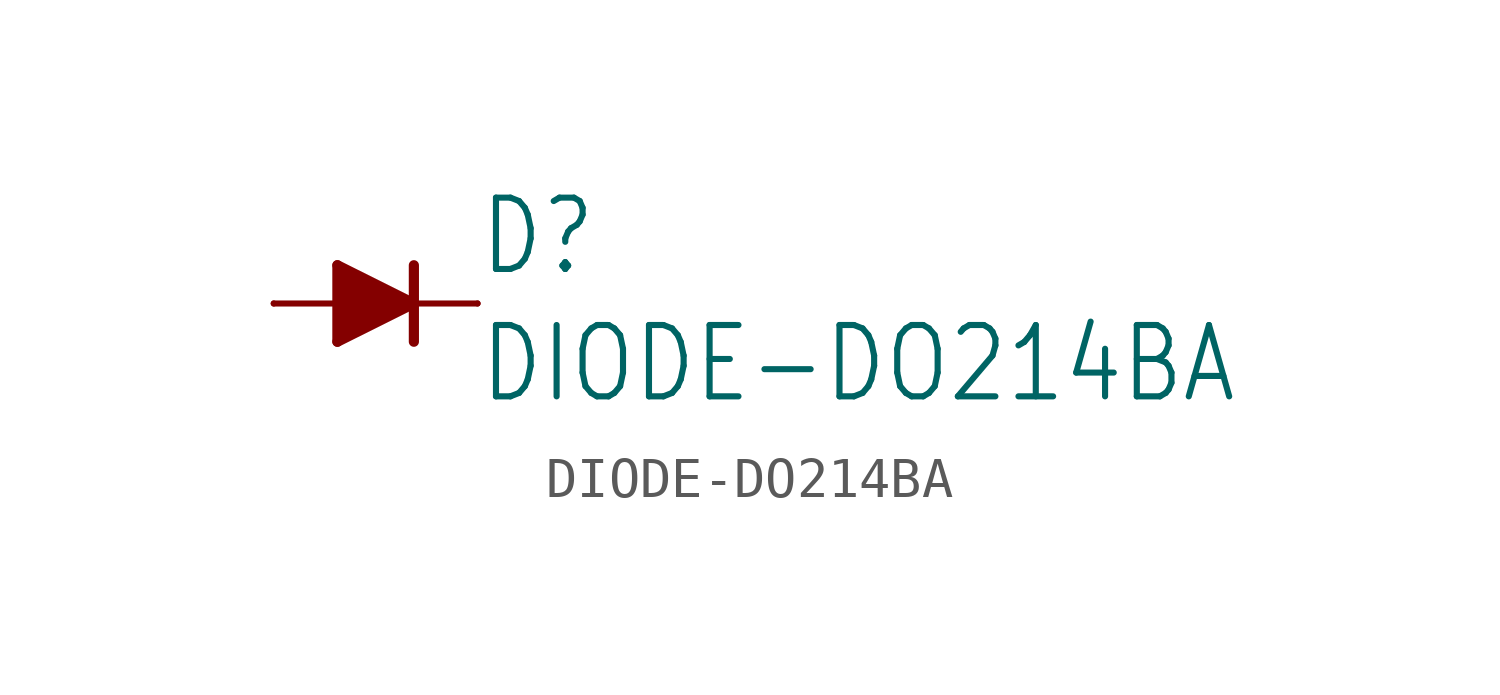
<source format=kicad_sym>
(kicad_symbol_lib
  (version 20211014)
  (generator kicad_symbol_editor)
  (symbol "DIODE-DO214BA"
    (property "Reference" "D"
      (at 2.54 0.635 0)
      (effects (font (size 1.778 1.511)) (justify left bottom)))
    (property "Value" "DIODE-DO214BA"
      (at 2.54 -2.54 0)
      (effects (font (size 1.778 1.511)) (justify left bottom)))
    (property "ki_locked" ""
      (at 0 0 0)
      (effects (font (size 1.27 1.27))))
    (symbol "DIODE-DO214BA_1_0"
      (polyline (pts (xy -0.953 -0.953) (xy 0.953 0)) (stroke (width 0.254) (type default) (color 0 0 0 0)) (fill (type none)))
      (polyline (pts (xy -0.953 0) (xy -2.54 0)) (stroke (width 0.152) (type default) (color 0 0 0 0)) (fill (type none)))
      (polyline (pts (xy -0.953 0) (xy -0.953 -0.953)) (stroke (width 0.254) (type default) (color 0 0 0 0)) (fill (type none)))
      (polyline (pts (xy -0.953 0.953) (xy -0.953 0)) (stroke (width 0.254) (type default) (color 0 0 0 0)) (fill (type none)))
      (polyline (pts (xy 0.953 0) (xy -0.953 0.953)) (stroke (width 0.254) (type default) (color 0 0 0 0)) (fill (type none)))
      (polyline (pts (xy 0.953 0) (xy 0.953 -0.953)) (stroke (width 0.254) (type default) (color 0 0 0 0)) (fill (type none)))
      (polyline (pts (xy 0.953 0) (xy 2.54 0)) (stroke (width 0.152) (type default) (color 0 0 0 0)) (fill (type none)))
      (polyline (pts (xy 0.953 0.953) (xy 0.953 0)) (stroke (width 0.254) (type default) (color 0 0 0 0)) (fill (type none)))
      (polyline (pts (xy -0.953 0.953) (xy 0.953 0) (xy -0.953 -0.953)) (stroke (width 0) (type default) (color 0 0 0 0)) (fill (type outline)))
      (pin passive line (at -2.54 0 0) (length 0) (name "A" (effects (font (size 0 0)))) (number "A" (effects (font (size 0 0)))))
      (pin passive line (at 2.54 0 180) (length 0) (name "C" (effects (font (size 0 0)))) (number "C" (effects (font (size 0 0))))))))
</source>
